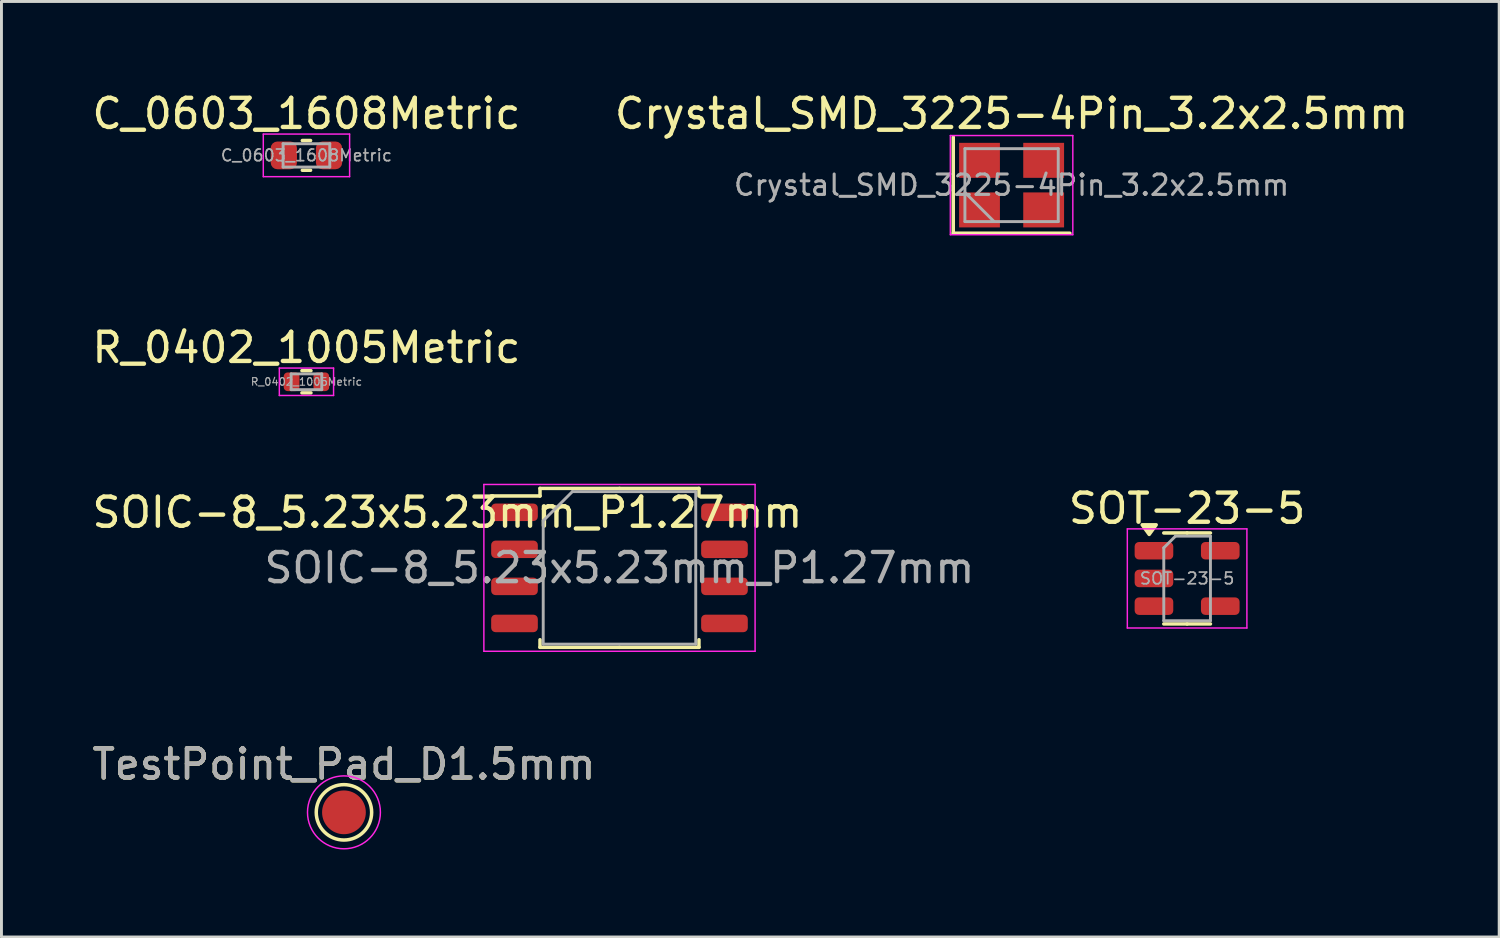
<source format=kicad_pcb>
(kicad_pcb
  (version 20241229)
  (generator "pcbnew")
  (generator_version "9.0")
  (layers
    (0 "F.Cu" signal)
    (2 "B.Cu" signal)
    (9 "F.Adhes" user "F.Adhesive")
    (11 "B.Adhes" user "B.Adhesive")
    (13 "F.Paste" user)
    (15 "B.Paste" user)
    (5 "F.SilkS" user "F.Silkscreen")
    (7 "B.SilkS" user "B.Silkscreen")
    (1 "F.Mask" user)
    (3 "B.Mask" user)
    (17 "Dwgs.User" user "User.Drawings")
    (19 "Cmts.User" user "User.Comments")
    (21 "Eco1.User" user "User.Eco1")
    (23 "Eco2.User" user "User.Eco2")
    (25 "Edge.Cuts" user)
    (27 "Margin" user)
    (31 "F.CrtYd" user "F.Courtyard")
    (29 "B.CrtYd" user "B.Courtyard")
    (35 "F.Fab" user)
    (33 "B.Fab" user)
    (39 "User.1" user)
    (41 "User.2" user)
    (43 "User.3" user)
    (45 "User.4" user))
  (footprint "C_0603_1608Metric"
    (layer "F.Cu")
    (at 7.458 2.278)
    (property "Reference" "C_0603_1608Metric" (at 0 -1.43 0) (layer "F.SilkS") (effects (font (size 1 1) (thickness 0.15))))
    (attr smd)
    (fp_line (start -0.141 -0.51) (end 0.141 -0.51) (stroke (width 0.12) (type solid)) (layer "F.SilkS"))
    (fp_line (start -0.141 0.51) (end 0.141 0.51) (stroke (width 0.12) (type solid)) (layer "F.SilkS"))
    (fp_line (start -1.48 -0.73) (end 1.48 -0.73) (stroke (width 0.05) (type solid)) (layer "F.CrtYd"))
    (fp_line (start -1.48 0.73) (end -1.48 -0.73) (stroke (width 0.05) (type solid)) (layer "F.CrtYd"))
    (fp_line (start 1.48 -0.73) (end 1.48 0.73) (stroke (width 0.05) (type solid)) (layer "F.CrtYd"))
    (fp_line (start 1.48 0.73) (end -1.48 0.73) (stroke (width 0.05) (type solid)) (layer "F.CrtYd"))
    (fp_line (start -0.8 -0.4) (end 0.8 -0.4) (stroke (width 0.1) (type solid)) (layer "F.Fab"))
    (fp_line (start -0.8 0.4) (end -0.8 -0.4) (stroke (width 0.1) (type solid)) (layer "F.Fab"))
    (fp_line (start 0.8 -0.4) (end 0.8 0.4) (stroke (width 0.1) (type solid)) (layer "F.Fab"))
    (fp_line (start 0.8 0.4) (end -0.8 0.4) (stroke (width 0.1) (type solid)) (layer "F.Fab"))
    (fp_text user "${REFERENCE}" (at 0 0 0) (layer "F.Fab") (effects (font (size 0.4 0.4) (thickness 0.06))))
    (pad "1" smd roundrect (at -0.775 0 180) (size 0.9 0.95) (layers "F.Cu" "F.Mask" "F.Paste") (roundrect_rratio 0.25))
    (pad "2" smd roundrect (at 0.775 0 180) (size 0.9 0.95) (layers "F.Cu" "F.Mask" "F.Paste") (roundrect_rratio 0.25)))
  (footprint "SOIC-8_5.23x5.23mm_P1.27mm"
    (layer "F.Cu")
    (at 18.192 16.422)
    (property "Reference" "SOIC-8_5.23x5.23mm_P1.27mm" (at -5.9 -1.9 0) (layer "F.SilkS") (effects (font (size 1 1) (thickness 0.15))))
    (attr smd)
    (fp_line (start -4.4 -2.465) (end -2.725 -2.465) (stroke (width 0.12) (type solid)) (layer "F.SilkS"))
    (fp_line (start -2.725 -2.725) (end 0 -2.725) (stroke (width 0.12) (type solid)) (layer "F.SilkS"))
    (fp_line (start -2.725 -2.465) (end -2.725 -2.725) (stroke (width 0.12) (type solid)) (layer "F.SilkS"))
    (fp_line (start -2.725 2.465) (end -2.725 2.725) (stroke (width 0.12) (type solid)) (layer "F.SilkS"))
    (fp_line (start -2.725 2.725) (end 0 2.725) (stroke (width 0.12) (type solid)) (layer "F.SilkS"))
    (fp_line (start 2.725 -2.725) (end 0 -2.725) (stroke (width 0.12) (type solid)) (layer "F.SilkS"))
    (fp_line (start 2.725 -2.465) (end 2.725 -2.725) (stroke (width 0.12) (type solid)) (layer "F.SilkS"))
    (fp_line (start 2.725 2.465) (end 2.725 2.725) (stroke (width 0.12) (type solid)) (layer "F.SilkS"))
    (fp_line (start 2.725 2.725) (end 0 2.725) (stroke (width 0.12) (type solid)) (layer "F.SilkS"))
    (fp_line (start -4.65 -2.86) (end 4.65 -2.86) (stroke (width 0.05) (type solid)) (layer "F.CrtYd"))
    (fp_line (start -4.65 2.86) (end -4.65 -2.86) (stroke (width 0.05) (type solid)) (layer "F.CrtYd"))
    (fp_line (start 4.65 -2.86) (end 4.65 2.86) (stroke (width 0.05) (type solid)) (layer "F.CrtYd"))
    (fp_line (start 4.65 2.86) (end -4.65 2.86) (stroke (width 0.05) (type solid)) (layer "F.CrtYd"))
    (fp_line (start -2.615 -1.615) (end -2.615 2.615) (stroke (width 0.1) (type solid)) (layer "F.Fab"))
    (fp_line (start -2.615 2.615) (end 2.615 2.615) (stroke (width 0.1) (type solid)) (layer "F.Fab"))
    (fp_line (start -1.615 -2.615) (end -2.615 -1.615) (stroke (width 0.1) (type solid)) (layer "F.Fab"))
    (fp_line (start 2.615 -2.615) (end -1.615 -2.615) (stroke (width 0.1) (type solid)) (layer "F.Fab"))
    (fp_line (start 2.615 2.615) (end 2.615 -2.615) (stroke (width 0.1) (type solid)) (layer "F.Fab"))
    (fp_text user "${REFERENCE}" (at 0 0 0) (layer "F.Fab") (effects (font (size 1 1) (thickness 0.15))))
    (pad "1" smd roundrect (at -3.6 -1.905 180) (size 1.6 0.6) (layers "F.Cu" "F.Mask" "F.Paste") (roundrect_rratio 0.25))
    (pad "2" smd roundrect (at -3.6 -0.635 180) (size 1.6 0.6) (layers "F.Cu" "F.Mask" "F.Paste") (roundrect_rratio 0.25))
    (pad "3" smd roundrect (at -3.6 0.635 180) (size 1.6 0.6) (layers "F.Cu" "F.Mask" "F.Paste") (roundrect_rratio 0.25))
    (pad "4" smd roundrect (at -3.6 1.905 180) (size 1.6 0.6) (layers "F.Cu" "F.Mask" "F.Paste") (roundrect_rratio 0.25))
    (pad "5" smd roundrect (at 3.6 1.905 180) (size 1.6 0.6) (layers "F.Cu" "F.Mask" "F.Paste") (roundrect_rratio 0.25))
    (pad "6" smd roundrect (at 3.6 0.635 180) (size 1.6 0.6) (layers "F.Cu" "F.Mask" "F.Paste") (roundrect_rratio 0.25))
    (pad "7" smd roundrect (at 3.6 -0.635 180) (size 1.6 0.6) (layers "F.Cu" "F.Mask" "F.Paste") (roundrect_rratio 0.25))
    (pad "8" smd roundrect (at 3.6 -1.905 180) (size 1.6 0.6) (layers "F.Cu" "F.Mask" "F.Paste") (roundrect_rratio 0.25)))
  (footprint "R_0402_1005Metric"
    (layer "F.Cu")
    (at 7.458 10.041)
    (property "Reference" "R_0402_1005Metric" (at 0 -1.17 0) (layer "F.SilkS") (effects (font (size 1 1) (thickness 0.15))))
    (attr smd)
    (fp_line (start -0.154 -0.38) (end 0.154 -0.38) (stroke (width 0.12) (type solid)) (layer "F.SilkS"))
    (fp_line (start -0.154 0.38) (end 0.154 0.38) (stroke (width 0.12) (type solid)) (layer "F.SilkS"))
    (fp_line (start -0.93 -0.47) (end 0.93 -0.47) (stroke (width 0.05) (type solid)) (layer "F.CrtYd"))
    (fp_line (start -0.93 0.47) (end -0.93 -0.47) (stroke (width 0.05) (type solid)) (layer "F.CrtYd"))
    (fp_line (start 0.93 -0.47) (end 0.93 0.47) (stroke (width 0.05) (type solid)) (layer "F.CrtYd"))
    (fp_line (start 0.93 0.47) (end -0.93 0.47) (stroke (width 0.05) (type solid)) (layer "F.CrtYd"))
    (fp_line (start -0.525 -0.27) (end 0.525 -0.27) (stroke (width 0.1) (type solid)) (layer "F.Fab"))
    (fp_line (start -0.525 0.27) (end -0.525 -0.27) (stroke (width 0.1) (type solid)) (layer "F.Fab"))
    (fp_line (start 0.525 -0.27) (end 0.525 0.27) (stroke (width 0.1) (type solid)) (layer "F.Fab"))
    (fp_line (start 0.525 0.27) (end -0.525 0.27) (stroke (width 0.1) (type solid)) (layer "F.Fab"))
    (fp_text user "${REFERENCE}" (at 0 0 0) (layer "F.Fab") (effects (font (size 0.26 0.26) (thickness 0.04))))
    (pad "1" smd roundrect (at -0.51 0 180) (size 0.54 0.64) (layers "F.Cu" "F.Mask" "F.Paste") (roundrect_rratio 0.25))
    (pad "2" smd roundrect (at 0.51 0 180) (size 0.54 0.64) (layers "F.Cu" "F.Mask" "F.Paste") (roundrect_rratio 0.25)))
  (footprint "Crystal_SMD_3225-4Pin_3.2x2.5mm"
    (layer "F.Cu")
    (at 31.637 3.298)
    (property "Reference" "Crystal_SMD_3225-4Pin_3.2x2.5mm" (at 0 -2.45 0) (layer "F.SilkS") (effects (font (size 1 1) (thickness 0.15))))
    (attr smd)
    (fp_line (start -2 -1.65) (end -2 1.65) (stroke (width 0.12) (type solid)) (layer "F.SilkS"))
    (fp_line (start -2 1.65) (end 2 1.65) (stroke (width 0.12) (type solid)) (layer "F.SilkS"))
    (fp_line (start -2.1 -1.7) (end -2.1 1.7) (stroke (width 0.05) (type solid)) (layer "F.CrtYd"))
    (fp_line (start -2.1 1.7) (end 2.1 1.7) (stroke (width 0.05) (type solid)) (layer "F.CrtYd"))
    (fp_line (start 2.1 -1.7) (end -2.1 -1.7) (stroke (width 0.05) (type solid)) (layer "F.CrtYd"))
    (fp_line (start 2.1 1.7) (end 2.1 -1.7) (stroke (width 0.05) (type solid)) (layer "F.CrtYd"))
    (fp_line (start -1.6 -1.25) (end -1.6 1.25) (stroke (width 0.1) (type solid)) (layer "F.Fab"))
    (fp_line (start -1.6 0.25) (end -0.6 1.25) (stroke (width 0.1) (type solid)) (layer "F.Fab"))
    (fp_line (start -1.6 1.25) (end 1.6 1.25) (stroke (width 0.1) (type solid)) (layer "F.Fab"))
    (fp_line (start 1.6 -1.25) (end -1.6 -1.25) (stroke (width 0.1) (type solid)) (layer "F.Fab"))
    (fp_line (start 1.6 1.25) (end 1.6 -1.25) (stroke (width 0.1) (type solid)) (layer "F.Fab"))
    (fp_text user "${REFERENCE}" (at 0 0 0) (layer "F.Fab") (effects (font (size 0.7 0.7) (thickness 0.105))))
    (pad "1" smd rect (at -1.1 0.85 180) (size 1.4 1.2) (layers "F.Cu" "F.Mask" "F.Paste"))
    (pad "2" smd rect (at 1.1 0.85 180) (size 1.4 1.2) (layers "F.Cu" "F.Mask" "F.Paste"))
    (pad "3" smd rect (at 1.1 -0.85 180) (size 1.4 1.2) (layers "F.Cu" "F.Mask" "F.Paste"))
    (pad "4" smd rect (at -1.1 -0.85 180) (size 1.4 1.2) (layers "F.Cu" "F.Mask" "F.Paste")))
  (footprint "SOT-23-5"
    (layer "F.Cu")
    (at 37.656 16.785)
    (property "Reference" "SOT-23-5" (at 0 -2.4 0) (layer "F.SilkS") (effects (font (size 1 1) (thickness 0.15))))
    (attr smd)
    (fp_line (start 0 -1.56) (end -0.8 -1.56) (stroke (width 0.12) (type solid)) (layer "F.SilkS"))
    (fp_line (start 0 -1.56) (end 0.8 -1.56) (stroke (width 0.12) (type solid)) (layer "F.SilkS"))
    (fp_line (start 0 1.56) (end -0.8 1.56) (stroke (width 0.12) (type solid)) (layer "F.SilkS"))
    (fp_line (start 0 1.56) (end 0.8 1.56) (stroke (width 0.12) (type solid)) (layer "F.SilkS"))
    (fp_poly (pts (xy -1.3 -1.51) (xy -1.54 -1.84) (xy -1.06 -1.84) (xy -1.3 -1.51)) (stroke (width 0.12) (type solid)) (fill yes) (layer "F.SilkS"))
    (fp_line (start -2.05 -1.7) (end -2.05 1.7) (stroke (width 0.05) (type solid)) (layer "F.CrtYd"))
    (fp_line (start -2.05 1.7) (end 2.05 1.7) (stroke (width 0.05) (type solid)) (layer "F.CrtYd"))
    (fp_line (start 2.05 -1.7) (end -2.05 -1.7) (stroke (width 0.05) (type solid)) (layer "F.CrtYd"))
    (fp_line (start 2.05 1.7) (end 2.05 -1.7) (stroke (width 0.05) (type solid)) (layer "F.CrtYd"))
    (fp_line (start -0.8 -1.05) (end -0.4 -1.45) (stroke (width 0.1) (type solid)) (layer "F.Fab"))
    (fp_line (start -0.8 1.45) (end -0.8 -1.05) (stroke (width 0.1) (type solid)) (layer "F.Fab"))
    (fp_line (start -0.4 -1.45) (end 0.8 -1.45) (stroke (width 0.1) (type solid)) (layer "F.Fab"))
    (fp_line (start 0.8 -1.45) (end 0.8 1.45) (stroke (width 0.1) (type solid)) (layer "F.Fab"))
    (fp_line (start 0.8 1.45) (end -0.8 1.45) (stroke (width 0.1) (type solid)) (layer "F.Fab"))
    (fp_text user "${REFERENCE}" (at 0 0 0) (layer "F.Fab") (effects (font (size 0.4 0.4) (thickness 0.06))))
    (pad "1" smd roundrect (at -1.137 -0.95 180) (size 1.325 0.6) (layers "F.Cu" "F.Mask" "F.Paste") (roundrect_rratio 0.25))
    (pad "2" smd roundrect (at -1.137 0 180) (size 1.325 0.6) (layers "F.Cu" "F.Mask" "F.Paste") (roundrect_rratio 0.25))
    (pad "3" smd roundrect (at -1.137 0.95 180) (size 1.325 0.6) (layers "F.Cu" "F.Mask" "F.Paste") (roundrect_rratio 0.25))
    (pad "4" smd roundrect (at 1.137 0.95 180) (size 1.325 0.6) (layers "F.Cu" "F.Mask" "F.Paste") (roundrect_rratio 0.25))
    (pad "5" smd roundrect (at 1.137 -0.95 180) (size 1.325 0.6) (layers "F.Cu" "F.Mask" "F.Paste") (roundrect_rratio 0.25)))
  (footprint "TestPoint_Pad_D1.5mm"
    (layer "F.Cu")
    (at 8.744 24.805)
    (property "Reference" "TestPoint_Pad_D1.5mm" (at 0 -1.648 0) (layer "F.SilkS") (effects (font (size 1 1) (thickness 0.15))))
    (attr exclude_from_pos_files)
    (fp_circle (center 0 0) (end 0 0.95) (stroke (width 0.12) (type solid)) (fill no) (layer "F.SilkS"))
    (fp_circle (center 0 0) (end 1.25 0) (stroke (width 0.05) (type solid)) (fill no) (layer "F.CrtYd"))
    (fp_text user "${REFERENCE}" (at 0 -1.65 0) (layer "F.Fab") (effects (font (size 1 1) (thickness 0.15))))
    (pad "1" smd circle (at 0 0 180) (size 1.5 1.5) (layers "F.Cu" "F.Mask")))
  (gr_rect
    (start -3 -3)
    (end 48.357 29.08)
    (stroke (width 0.1) (type default))
    (fill no)
    (layer "Edge.Cuts")))
</source>
